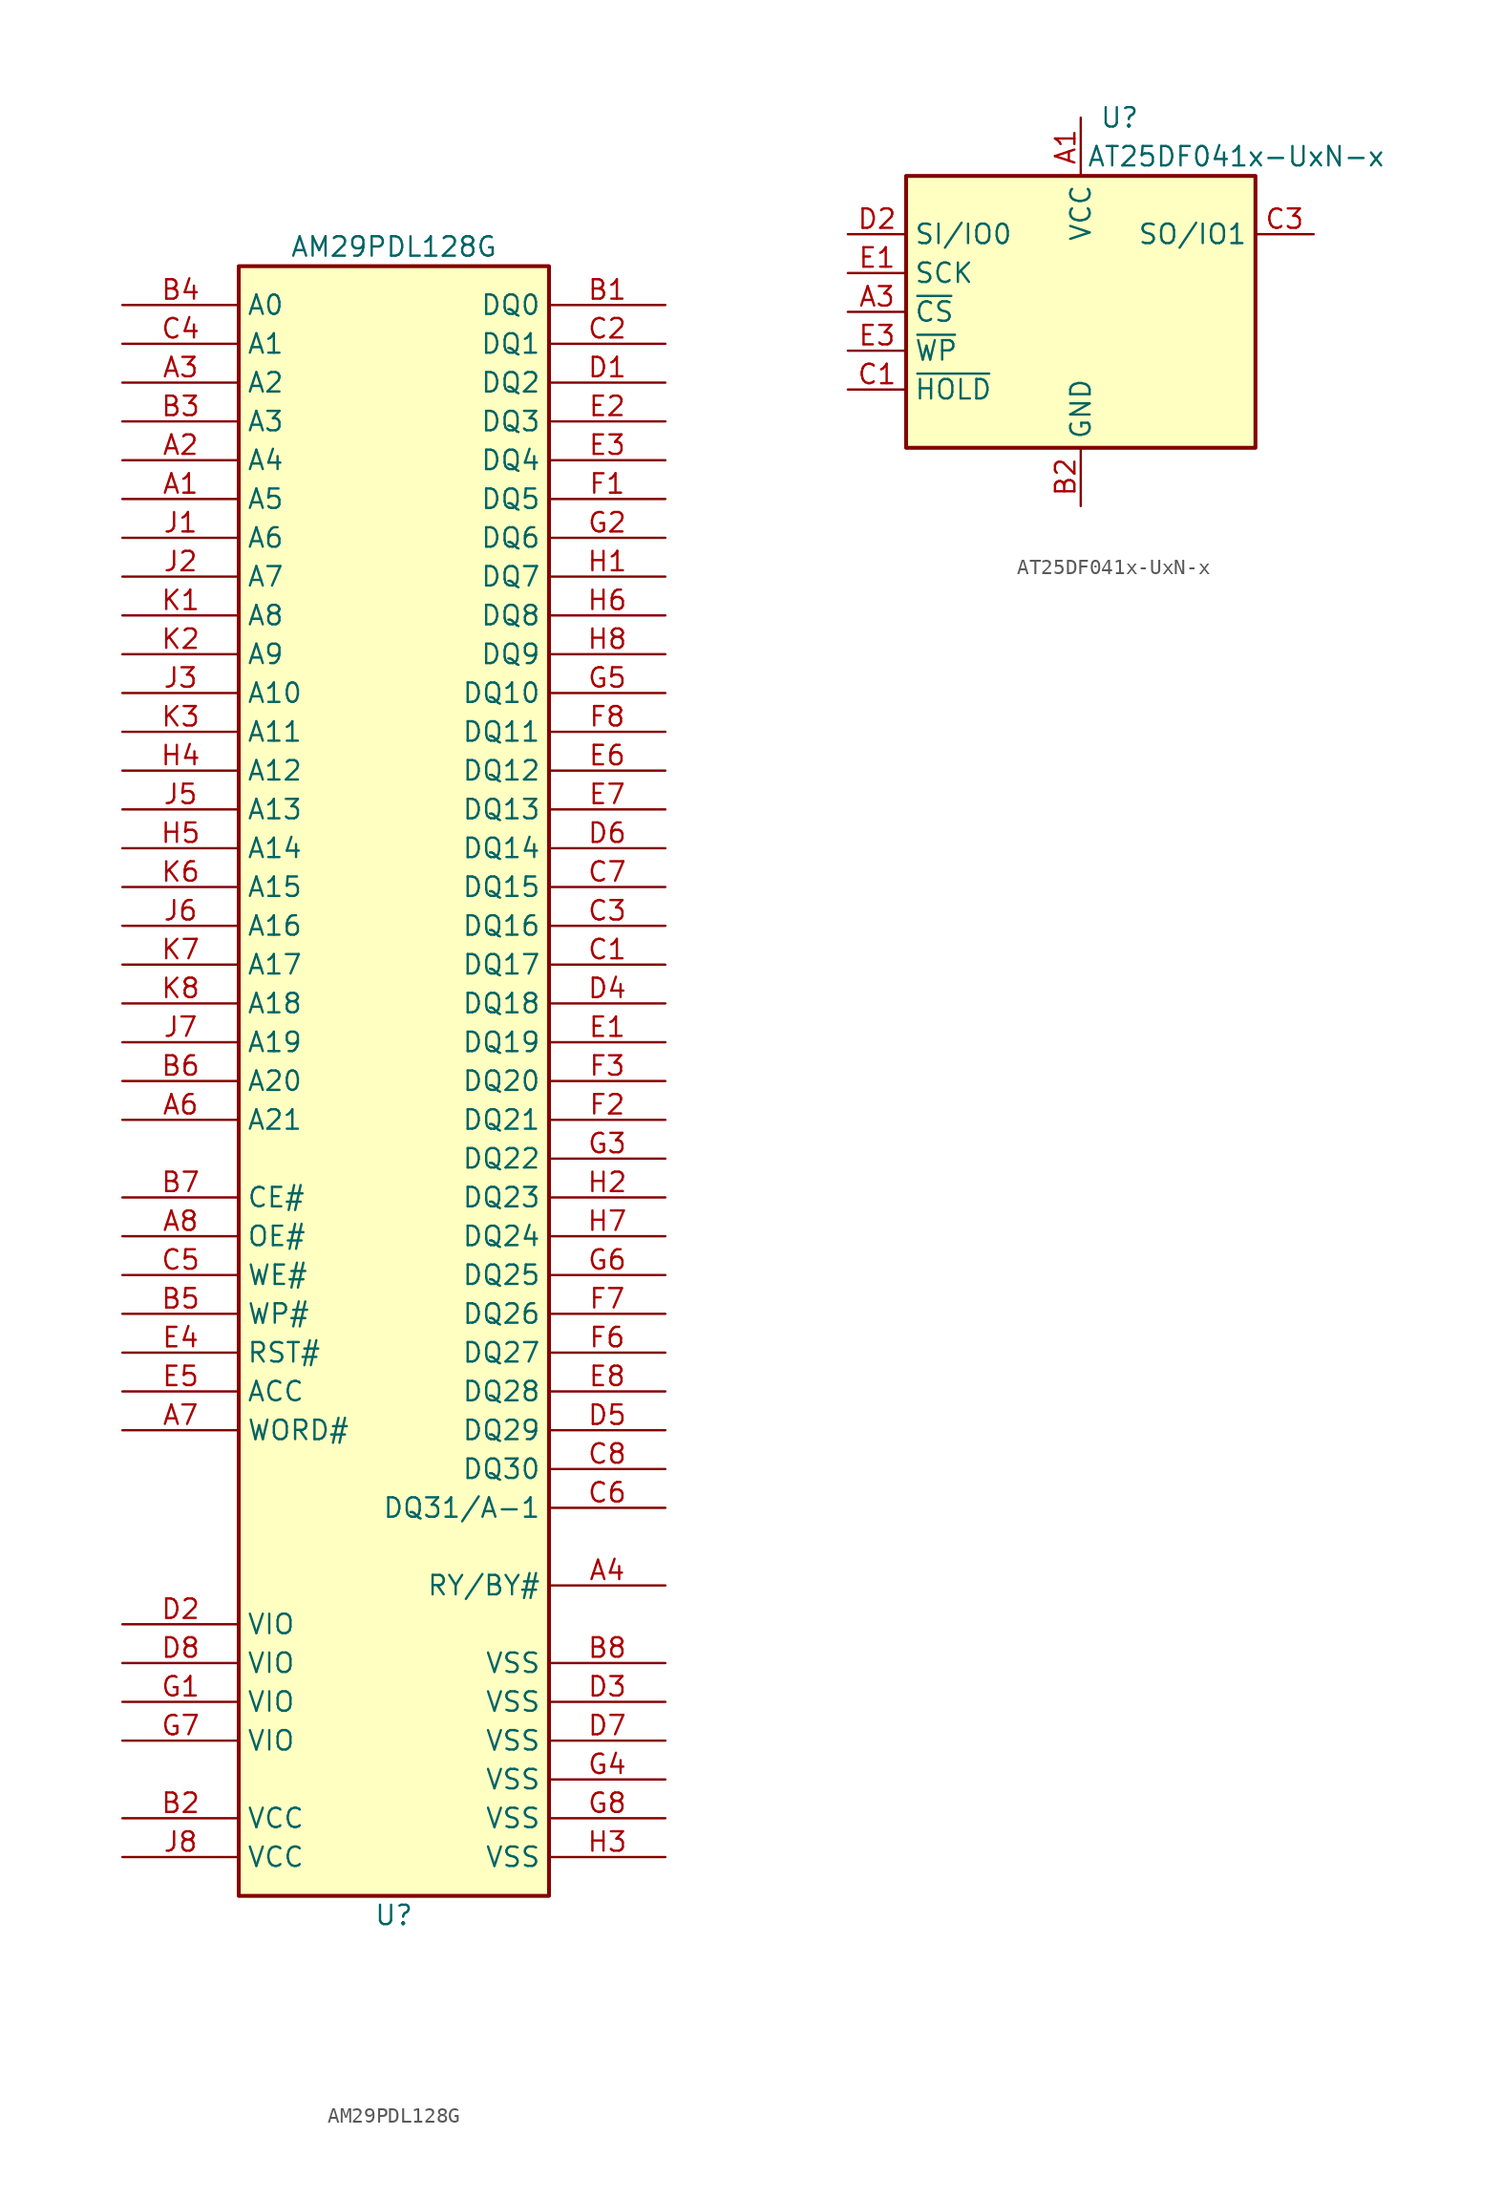
<source format=kicad_sym>
(kicad_symbol_lib
  (version 20211014)
  (generator kicad_symbol_editor)
  (symbol "AM29PDL128G"
    (property "Reference" "U"
      (at 0 -54.61 0)
      (effects (font (size 1.27 1.27))))
    (property "Value" "AM29PDL128G"
      (at 0 54.61 0)
      (effects (font (size 1.27 1.27))))
    (symbol "AM29PDL128G_0_1"
      (rectangle (start -10.16 53.34) (end 10.16 -53.34) (stroke (width 0.254) (type default) (color 0 0 0 0)) (fill (type background))))
    (symbol "AM29PDL128G_1_1"
      (pin input line (at -17.78 38.1 0) (length 7.62) (name "A5" (effects (font (size 1.27 1.27)))) (number "A1" (effects (font (size 1.27 1.27)))))
      (pin input line (at -17.78 40.64 0) (length 7.62) (name "A4" (effects (font (size 1.27 1.27)))) (number "A2" (effects (font (size 1.27 1.27)))))
      (pin input line (at -17.78 45.72 0) (length 7.62) (name "A2" (effects (font (size 1.27 1.27)))) (number "A3" (effects (font (size 1.27 1.27)))))
      (pin output line (at 17.78 -33.02 180) (length 7.62) (name "RY/BY#" (effects (font (size 1.27 1.27)))) (number "A4" (effects (font (size 1.27 1.27)))))
      (pin input line (at -17.78 -2.54 0) (length 7.62) (name "A21" (effects (font (size 1.27 1.27)))) (number "A6" (effects (font (size 1.27 1.27)))))
      (pin input line (at -17.78 -22.86 0) (length 7.62) (name "WORD#" (effects (font (size 1.27 1.27)))) (number "A7" (effects (font (size 1.27 1.27)))))
      (pin input line (at -17.78 -10.16 0) (length 7.62) (name "OE#" (effects (font (size 1.27 1.27)))) (number "A8" (effects (font (size 1.27 1.27)))))
      (pin bidirectional line (at 17.78 50.8 180) (length 7.62) (name "DQ0" (effects (font (size 1.27 1.27)))) (number "B1" (effects (font (size 1.27 1.27)))))
      (pin power_in line (at -17.78 -48.26 0) (length 7.62) (name "VCC" (effects (font (size 1.27 1.27)))) (number "B2" (effects (font (size 1.27 1.27)))))
      (pin input line (at -17.78 43.18 0) (length 7.62) (name "A3" (effects (font (size 1.27 1.27)))) (number "B3" (effects (font (size 1.27 1.27)))))
      (pin input line (at -17.78 50.8 0) (length 7.62) (name "A0" (effects (font (size 1.27 1.27)))) (number "B4" (effects (font (size 1.27 1.27)))))
      (pin input line (at -17.78 -15.24 0) (length 7.62) (name "WP#" (effects (font (size 1.27 1.27)))) (number "B5" (effects (font (size 1.27 1.27)))))
      (pin input line (at -17.78 0 0) (length 7.62) (name "A20" (effects (font (size 1.27 1.27)))) (number "B6" (effects (font (size 1.27 1.27)))))
      (pin input line (at -17.78 -7.62 0) (length 7.62) (name "CE#" (effects (font (size 1.27 1.27)))) (number "B7" (effects (font (size 1.27 1.27)))))
      (pin power_in line (at 17.78 -38.1 180) (length 7.62) (name "VSS" (effects (font (size 1.27 1.27)))) (number "B8" (effects (font (size 1.27 1.27)))))
      (pin bidirectional line (at 17.78 7.62 180) (length 7.62) (name "DQ17" (effects (font (size 1.27 1.27)))) (number "C1" (effects (font (size 1.27 1.27)))))
      (pin bidirectional line (at 17.78 48.26 180) (length 7.62) (name "DQ1" (effects (font (size 1.27 1.27)))) (number "C2" (effects (font (size 1.27 1.27)))))
      (pin bidirectional line (at 17.78 10.16 180) (length 7.62) (name "DQ16" (effects (font (size 1.27 1.27)))) (number "C3" (effects (font (size 1.27 1.27)))))
      (pin input line (at -17.78 48.26 0) (length 7.62) (name "A1" (effects (font (size 1.27 1.27)))) (number "C4" (effects (font (size 1.27 1.27)))))
      (pin input line (at -17.78 -12.7 0) (length 7.62) (name "WE#" (effects (font (size 1.27 1.27)))) (number "C5" (effects (font (size 1.27 1.27)))))
      (pin bidirectional line (at 17.78 -27.94 180) (length 7.62) (name "DQ31/A-1" (effects (font (size 1.27 1.27)))) (number "C6" (effects (font (size 1.27 1.27)))))
      (pin bidirectional line (at 17.78 12.7 180) (length 7.62) (name "DQ15" (effects (font (size 1.27 1.27)))) (number "C7" (effects (font (size 1.27 1.27)))))
      (pin bidirectional line (at 17.78 -25.4 180) (length 7.62) (name "DQ30" (effects (font (size 1.27 1.27)))) (number "C8" (effects (font (size 1.27 1.27)))))
      (pin bidirectional line (at 17.78 45.72 180) (length 7.62) (name "DQ2" (effects (font (size 1.27 1.27)))) (number "D1" (effects (font (size 1.27 1.27)))))
      (pin input line (at -17.78 -35.56 0) (length 7.62) (name "VIO" (effects (font (size 1.27 1.27)))) (number "D2" (effects (font (size 1.27 1.27)))))
      (pin power_in line (at 17.78 -40.64 180) (length 7.62) (name "VSS" (effects (font (size 1.27 1.27)))) (number "D3" (effects (font (size 1.27 1.27)))))
      (pin bidirectional line (at 17.78 5.08 180) (length 7.62) (name "DQ18" (effects (font (size 1.27 1.27)))) (number "D4" (effects (font (size 1.27 1.27)))))
      (pin bidirectional line (at 17.78 -22.86 180) (length 7.62) (name "DQ29" (effects (font (size 1.27 1.27)))) (number "D5" (effects (font (size 1.27 1.27)))))
      (pin bidirectional line (at 17.78 15.24 180) (length 7.62) (name "DQ14" (effects (font (size 1.27 1.27)))) (number "D6" (effects (font (size 1.27 1.27)))))
      (pin power_in line (at 17.78 -43.18 180) (length 7.62) (name "VSS" (effects (font (size 1.27 1.27)))) (number "D7" (effects (font (size 1.27 1.27)))))
      (pin input line (at -17.78 -38.1 0) (length 7.62) (name "VIO" (effects (font (size 1.27 1.27)))) (number "D8" (effects (font (size 1.27 1.27)))))
      (pin bidirectional line (at 17.78 2.54 180) (length 7.62) (name "DQ19" (effects (font (size 1.27 1.27)))) (number "E1" (effects (font (size 1.27 1.27)))))
      (pin bidirectional line (at 17.78 43.18 180) (length 7.62) (name "DQ3" (effects (font (size 1.27 1.27)))) (number "E2" (effects (font (size 1.27 1.27)))))
      (pin bidirectional line (at 17.78 40.64 180) (length 7.62) (name "DQ4" (effects (font (size 1.27 1.27)))) (number "E3" (effects (font (size 1.27 1.27)))))
      (pin input line (at -17.78 -17.78 0) (length 7.62) (name "RST#" (effects (font (size 1.27 1.27)))) (number "E4" (effects (font (size 1.27 1.27)))))
      (pin input line (at -17.78 -20.32 0) (length 7.62) (name "ACC" (effects (font (size 1.27 1.27)))) (number "E5" (effects (font (size 1.27 1.27)))))
      (pin bidirectional line (at 17.78 20.32 180) (length 7.62) (name "DQ12" (effects (font (size 1.27 1.27)))) (number "E6" (effects (font (size 1.27 1.27)))))
      (pin bidirectional line (at 17.78 17.78 180) (length 7.62) (name "DQ13" (effects (font (size 1.27 1.27)))) (number "E7" (effects (font (size 1.27 1.27)))))
      (pin bidirectional line (at 17.78 -20.32 180) (length 7.62) (name "DQ28" (effects (font (size 1.27 1.27)))) (number "E8" (effects (font (size 1.27 1.27)))))
      (pin bidirectional line (at 17.78 38.1 180) (length 7.62) (name "DQ5" (effects (font (size 1.27 1.27)))) (number "F1" (effects (font (size 1.27 1.27)))))
      (pin bidirectional line (at 17.78 -2.54 180) (length 7.62) (name "DQ21" (effects (font (size 1.27 1.27)))) (number "F2" (effects (font (size 1.27 1.27)))))
      (pin bidirectional line (at 17.78 0 180) (length 7.62) (name "DQ20" (effects (font (size 1.27 1.27)))) (number "F3" (effects (font (size 1.27 1.27)))))
      (pin bidirectional line (at 17.78 -17.78 180) (length 7.62) (name "DQ27" (effects (font (size 1.27 1.27)))) (number "F6" (effects (font (size 1.27 1.27)))))
      (pin bidirectional line (at 17.78 -15.24 180) (length 7.62) (name "DQ26" (effects (font (size 1.27 1.27)))) (number "F7" (effects (font (size 1.27 1.27)))))
      (pin bidirectional line (at 17.78 22.86 180) (length 7.62) (name "DQ11" (effects (font (size 1.27 1.27)))) (number "F8" (effects (font (size 1.27 1.27)))))
      (pin input line (at -17.78 -40.64 0) (length 7.62) (name "VIO" (effects (font (size 1.27 1.27)))) (number "G1" (effects (font (size 1.27 1.27)))))
      (pin bidirectional line (at 17.78 35.56 180) (length 7.62) (name "DQ6" (effects (font (size 1.27 1.27)))) (number "G2" (effects (font (size 1.27 1.27)))))
      (pin bidirectional line (at 17.78 -5.08 180) (length 7.62) (name "DQ22" (effects (font (size 1.27 1.27)))) (number "G3" (effects (font (size 1.27 1.27)))))
      (pin passive line (at 17.78 -45.72 180) (length 7.62) (name "VSS" (effects (font (size 1.27 1.27)))) (number "G4" (effects (font (size 1.27 1.27)))))
      (pin bidirectional line (at 17.78 25.4 180) (length 7.62) (name "DQ10" (effects (font (size 1.27 1.27)))) (number "G5" (effects (font (size 1.27 1.27)))))
      (pin bidirectional line (at 17.78 -12.7 180) (length 7.62) (name "DQ25" (effects (font (size 1.27 1.27)))) (number "G6" (effects (font (size 1.27 1.27)))))
      (pin input line (at -17.78 -43.18 0) (length 7.62) (name "VIO" (effects (font (size 1.27 1.27)))) (number "G7" (effects (font (size 1.27 1.27)))))
      (pin power_in line (at 17.78 -48.26 180) (length 7.62) (name "VSS" (effects (font (size 1.27 1.27)))) (number "G8" (effects (font (size 1.27 1.27)))))
      (pin bidirectional line (at 17.78 33.02 180) (length 7.62) (name "DQ7" (effects (font (size 1.27 1.27)))) (number "H1" (effects (font (size 1.27 1.27)))))
      (pin bidirectional line (at 17.78 -7.62 180) (length 7.62) (name "DQ23" (effects (font (size 1.27 1.27)))) (number "H2" (effects (font (size 1.27 1.27)))))
      (pin power_in line (at 17.78 -50.8 180) (length 7.62) (name "VSS" (effects (font (size 1.27 1.27)))) (number "H3" (effects (font (size 1.27 1.27)))))
      (pin input line (at -17.78 20.32 0) (length 7.62) (name "A12" (effects (font (size 1.27 1.27)))) (number "H4" (effects (font (size 1.27 1.27)))))
      (pin input line (at -17.78 15.24 0) (length 7.62) (name "A14" (effects (font (size 1.27 1.27)))) (number "H5" (effects (font (size 1.27 1.27)))))
      (pin bidirectional line (at 17.78 30.48 180) (length 7.62) (name "DQ8" (effects (font (size 1.27 1.27)))) (number "H6" (effects (font (size 1.27 1.27)))))
      (pin bidirectional line (at 17.78 -10.16 180) (length 7.62) (name "DQ24" (effects (font (size 1.27 1.27)))) (number "H7" (effects (font (size 1.27 1.27)))))
      (pin bidirectional line (at 17.78 27.94 180) (length 7.62) (name "DQ9" (effects (font (size 1.27 1.27)))) (number "H8" (effects (font (size 1.27 1.27)))))
      (pin input line (at -17.78 35.56 0) (length 7.62) (name "A6" (effects (font (size 1.27 1.27)))) (number "J1" (effects (font (size 1.27 1.27)))))
      (pin input line (at -17.78 33.02 0) (length 7.62) (name "A7" (effects (font (size 1.27 1.27)))) (number "J2" (effects (font (size 1.27 1.27)))))
      (pin input line (at -17.78 25.4 0) (length 7.62) (name "A10" (effects (font (size 1.27 1.27)))) (number "J3" (effects (font (size 1.27 1.27)))))
      (pin input line (at -17.78 17.78 0) (length 7.62) (name "A13" (effects (font (size 1.27 1.27)))) (number "J5" (effects (font (size 1.27 1.27)))))
      (pin input line (at -17.78 10.16 0) (length 7.62) (name "A16" (effects (font (size 1.27 1.27)))) (number "J6" (effects (font (size 1.27 1.27)))))
      (pin input line (at -17.78 2.54 0) (length 7.62) (name "A19" (effects (font (size 1.27 1.27)))) (number "J7" (effects (font (size 1.27 1.27)))))
      (pin power_in line (at -17.78 -50.8 0) (length 7.62) (name "VCC" (effects (font (size 1.27 1.27)))) (number "J8" (effects (font (size 1.27 1.27)))))
      (pin input line (at -17.78 30.48 0) (length 7.62) (name "A8" (effects (font (size 1.27 1.27)))) (number "K1" (effects (font (size 1.27 1.27)))))
      (pin input line (at -17.78 27.94 0) (length 7.62) (name "A9" (effects (font (size 1.27 1.27)))) (number "K2" (effects (font (size 1.27 1.27)))))
      (pin input line (at -17.78 22.86 0) (length 7.62) (name "A11" (effects (font (size 1.27 1.27)))) (number "K3" (effects (font (size 1.27 1.27)))))
      (pin input line (at -17.78 12.7 0) (length 7.62) (name "A15" (effects (font (size 1.27 1.27)))) (number "K6" (effects (font (size 1.27 1.27)))))
      (pin input line (at -17.78 7.62 0) (length 7.62) (name "A17" (effects (font (size 1.27 1.27)))) (number "K7" (effects (font (size 1.27 1.27)))))
      (pin input line (at -17.78 5.08 0) (length 7.62) (name "A18" (effects (font (size 1.27 1.27)))) (number "K8" (effects (font (size 1.27 1.27)))))))
  (symbol "AT25DF041x-UxN-x"
    (property "Reference" "U"
      (at 2.54 12.7 0)
      (effects (font (size 1.27 1.27))))
    (property "Value" "AT25DF041x-UxN-x"
      (at 10.16 10.16 0)
      (effects (font (size 1.27 1.27))))
    (symbol "AT25DF041x-UxN-x_1_1"
      (rectangle (start -11.43 8.89) (end 11.43 -8.89) (stroke (width 0.254) (type default) (color 0 0 0 0)) (fill (type background)))
      (pin power_in line (at 0 12.7 270) (length 3.81) (name "VCC" (effects (font (size 1.27 1.27)))) (number "A1" (effects (font (size 1.27 1.27)))))
      (pin input line (at -15.24 0 0) (length 3.81) (name "~{CS}" (effects (font (size 1.27 1.27)))) (number "A3" (effects (font (size 1.27 1.27)))))
      (pin power_in line (at 0 -12.7 90) (length 3.81) (name "GND" (effects (font (size 1.27 1.27)))) (number "B2" (effects (font (size 1.27 1.27)))))
      (pin bidirectional line (at -15.24 -5.08 0) (length 3.81) (name "~{HOLD}" (effects (font (size 1.27 1.27)))) (number "C1" (effects (font (size 1.27 1.27)))))
      (pin bidirectional line (at 15.24 5.08 180) (length 3.81) (name "SO/IO1" (effects (font (size 1.27 1.27)))) (number "C3" (effects (font (size 1.27 1.27)))))
      (pin bidirectional line (at -15.24 5.08 0) (length 3.81) (name "SI/IO0" (effects (font (size 1.27 1.27)))) (number "D2" (effects (font (size 1.27 1.27)))))
      (pin input line (at -15.24 2.54 0) (length 3.81) (name "SCK" (effects (font (size 1.27 1.27)))) (number "E1" (effects (font (size 1.27 1.27)))))
      (pin bidirectional line (at -15.24 -2.54 0) (length 3.81) (name "~{WP}" (effects (font (size 1.27 1.27)))) (number "E3" (effects (font (size 1.27 1.27))))))))
</source>
